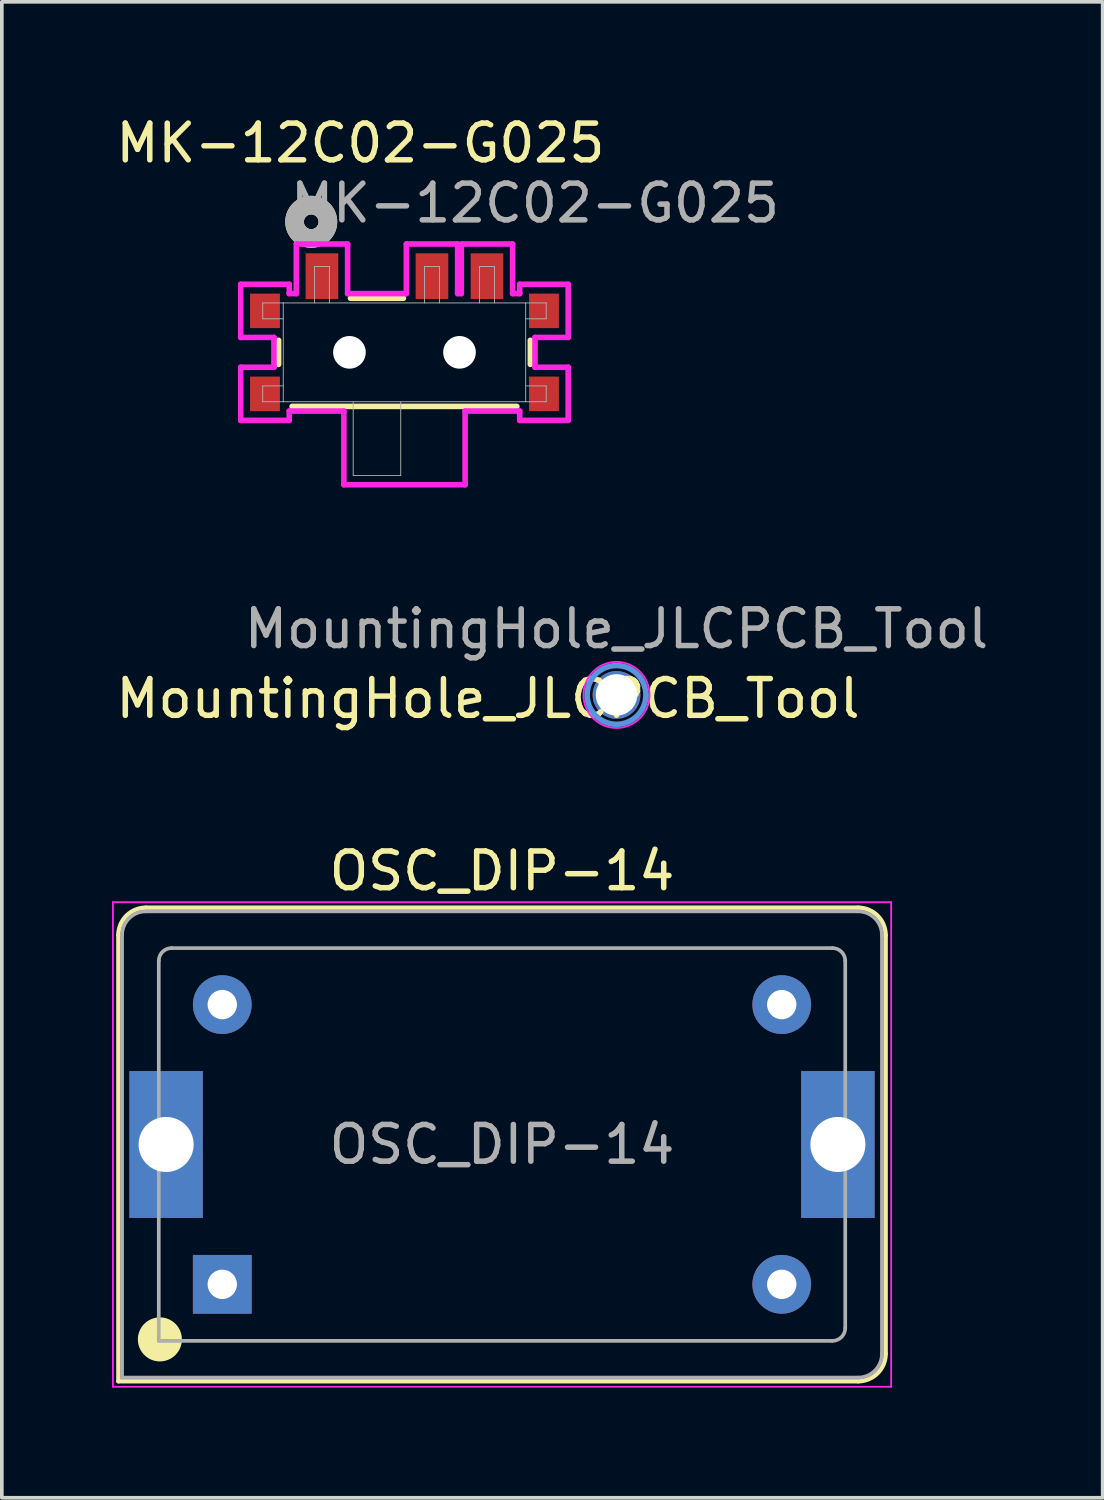
<source format=kicad_pcb>
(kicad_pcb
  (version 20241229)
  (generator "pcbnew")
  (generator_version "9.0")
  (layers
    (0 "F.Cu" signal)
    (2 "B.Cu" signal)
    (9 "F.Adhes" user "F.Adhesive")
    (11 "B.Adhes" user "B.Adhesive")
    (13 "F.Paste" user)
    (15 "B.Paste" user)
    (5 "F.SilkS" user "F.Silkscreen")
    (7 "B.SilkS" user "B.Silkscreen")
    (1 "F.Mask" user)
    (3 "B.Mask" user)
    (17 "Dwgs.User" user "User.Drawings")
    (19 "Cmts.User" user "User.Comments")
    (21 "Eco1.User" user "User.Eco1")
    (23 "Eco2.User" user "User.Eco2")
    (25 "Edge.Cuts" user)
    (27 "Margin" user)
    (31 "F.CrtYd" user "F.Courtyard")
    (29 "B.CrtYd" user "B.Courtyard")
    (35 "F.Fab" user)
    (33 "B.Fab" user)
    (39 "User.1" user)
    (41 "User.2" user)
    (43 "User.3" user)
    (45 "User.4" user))
  (footprint "OSC_DIP-14"
    (layer "F.Cu")
    (at 3.005 31.936)
    (property "Reference" "OSC_DIP-14" (at 7.62 -11.26 0) (layer "F.SilkS") (effects (font (size 1 1) (thickness 0.15))))
    (attr through_hole)
    (fp_line (start -2.83 -9.51) (end -2.83 2.64) (stroke (width 0.12) (type solid)) (layer "F.SilkS"))
    (fp_line (start -2.83 2.64) (end 17.32 2.64) (stroke (width 0.12) (type solid)) (layer "F.SilkS"))
    (fp_line (start 17.32 -10.26) (end -2.08 -10.26) (stroke (width 0.12) (type solid)) (layer "F.SilkS"))
    (fp_line (start 18.07 1.89) (end 18.07 -9.51) (stroke (width 0.12) (type solid)) (layer "F.SilkS"))
    (fp_arc (start -2.83 -9.51) (mid -2.61033 -10.04033) (end -2.08 -10.26) (stroke (width 0.12) (type solid)) (layer "F.SilkS"))
    (fp_arc (start 17.32 -10.26) (mid 17.85033 -10.04033) (end 18.07 -9.51) (stroke (width 0.12) (type solid)) (layer "F.SilkS"))
    (fp_arc (start 18.07 1.89) (mid 17.85033 2.42033) (end 17.32 2.64) (stroke (width 0.12) (type solid)) (layer "F.SilkS"))
    (fp_circle (center -1.7 1.5) (end -1.2 1.5) (stroke (width 0.2) (type solid)) (fill yes) (layer "F.SilkS"))
    (fp_line (start -2.98 -10.41) (end -2.98 2.79) (stroke (width 0.05) (type solid)) (layer "F.CrtYd"))
    (fp_line (start -2.98 2.79) (end 18.22 2.79) (stroke (width 0.05) (type solid)) (layer "F.CrtYd"))
    (fp_line (start 18.22 -10.41) (end -2.98 -10.41) (stroke (width 0.05) (type solid)) (layer "F.CrtYd"))
    (fp_line (start 18.22 2.79) (end 18.22 -10.41) (stroke (width 0.05) (type solid)) (layer "F.CrtYd"))
    (fp_line (start -2.73 2.54) (end -2.73 -9.51) (stroke (width 0.1) (type solid)) (layer "F.Fab"))
    (fp_line (start -2.73 2.54) (end 17.32 2.54) (stroke (width 0.1) (type solid)) (layer "F.Fab"))
    (fp_line (start -2.08 -10.16) (end 17.32 -10.16) (stroke (width 0.1) (type solid)) (layer "F.Fab"))
    (fp_line (start -1.73 1.54) (end -1.73 -8.81) (stroke (width 0.1) (type solid)) (layer "F.Fab"))
    (fp_line (start -1.73 1.54) (end 16.62 1.54) (stroke (width 0.1) (type solid)) (layer "F.Fab"))
    (fp_line (start -1.38 -9.16) (end 16.62 -9.16) (stroke (width 0.1) (type solid)) (layer "F.Fab"))
    (fp_line (start 16.97 1.19) (end 16.97 -8.81) (stroke (width 0.1) (type solid)) (layer "F.Fab"))
    (fp_line (start 17.97 -9.51) (end 17.97 1.89) (stroke (width 0.1) (type solid)) (layer "F.Fab"))
    (fp_arc (start -2.73 -9.51) (mid -2.539619 -9.969619) (end -2.08 -10.16) (stroke (width 0.1) (type solid)) (layer "F.Fab"))
    (fp_arc (start -1.73 -8.81) (mid -1.627487 -9.057487) (end -1.38 -9.16) (stroke (width 0.1) (type solid)) (layer "F.Fab"))
    (fp_arc (start 16.62 -9.16) (mid 16.867487 -9.057487) (end 16.97 -8.81) (stroke (width 0.1) (type solid)) (layer "F.Fab"))
    (fp_arc (start 16.97 1.19) (mid 16.867487 1.437487) (end 16.62 1.54) (stroke (width 0.1) (type solid)) (layer "F.Fab"))
    (fp_arc (start 17.32 -10.16) (mid 17.779619 -9.969619) (end 17.97 -9.51) (stroke (width 0.1) (type solid)) (layer "F.Fab"))
    (fp_arc (start 17.97 1.89) (mid 17.779619 2.349619) (end 17.32 2.54) (stroke (width 0.1) (type solid)) (layer "F.Fab"))
    (fp_text user "${REFERENCE}" (at 7.62 -3.81 0) (layer "F.Fab") (effects (font (size 1 1) (thickness 0.15))))
    (pad "" np_thru_hole rect (at -1.53 -3.81) (size 2 4) (drill 1.5) (layers "*.Cu" "*.Mask"))
    (pad "" np_thru_hole rect (at 16.77 -3.81) (size 2 4) (drill 1.5) (layers "*.Cu" "*.Mask"))
    (pad "1" thru_hole rect (at 0 0) (size 1.6 1.6) (drill 0.8) (layers "*.Cu" "*.Mask"))
    (pad "7" thru_hole circle (at 15.24 0) (size 1.6 1.6) (drill 0.8) (layers "*.Cu" "*.Mask"))
    (pad "8" thru_hole circle (at 15.24 -7.62) (size 1.6 1.6) (drill 0.8) (layers "*.Cu" "*.Mask"))
    (pad "14" thru_hole circle (at 0 -7.62) (size 1.6 1.6) (drill 0.8) (layers "*.Cu" "*.Mask")))
  (footprint "MK-12C02-G025"
    (layer "F.Cu")
    (at 7.968 6.548)
    (property "Reference" "MK-12C02-G025" (at -1.2 -5.7 0) (unlocked yes) (layer "F.SilkS") (effects (font (size 1 1) (thickness 0.15))))
    (attr smd)
    (fp_line (start -3.429 -0.328) (end -3.429 0.328) (stroke (width 0.152) (type solid)) (layer "F.SilkS"))
    (fp_line (start -3.061 1.473) (end 3.061 1.473) (stroke (width 0.152) (type solid)) (layer "F.SilkS"))
    (fp_line (start -0.028 -1.473) (end -1.471 -1.473) (stroke (width 0.152) (type solid)) (layer "F.SilkS"))
    (fp_line (start 3.429 0.328) (end 3.429 -0.328) (stroke (width 0.152) (type solid)) (layer "F.SilkS"))
    (fp_circle (center -2.54 -3.556) (end -2.34 -3.556) (stroke (width 0.508) (type solid)) (fill no) (layer "F.SilkS"))
    (fp_line (start -4.46 -1.854) (end -4.46 -0.406) (stroke (width 0.152) (type solid)) (layer "F.CrtYd"))
    (fp_line (start -4.46 -0.406) (end -3.556 -0.406) (stroke (width 0.152) (type solid)) (layer "F.CrtYd"))
    (fp_line (start -4.46 0.406) (end -4.46 1.854) (stroke (width 0.152) (type solid)) (layer "F.CrtYd"))
    (fp_line (start -4.46 1.854) (end -3.139 1.854) (stroke (width 0.152) (type solid)) (layer "F.CrtYd"))
    (fp_line (start -3.556 -0.406) (end -3.556 0.406) (stroke (width 0.152) (type solid)) (layer "F.CrtYd"))
    (fp_line (start -3.556 0.406) (end -4.46 0.406) (stroke (width 0.152) (type solid)) (layer "F.CrtYd"))
    (fp_line (start -3.139 -1.854) (end -4.46 -1.854) (stroke (width 0.152) (type solid)) (layer "F.CrtYd"))
    (fp_line (start -3.139 -1.6) (end -3.139 -1.854) (stroke (width 0.152) (type solid)) (layer "F.CrtYd"))
    (fp_line (start -3.139 1.6) (end -1.651 1.6) (stroke (width 0.152) (type solid)) (layer "F.CrtYd"))
    (fp_line (start -3.139 1.854) (end -3.139 1.6) (stroke (width 0.152) (type solid)) (layer "F.CrtYd"))
    (fp_line (start -2.946 -2.951) (end -2.946 -1.6) (stroke (width 0.152) (type solid)) (layer "F.CrtYd"))
    (fp_line (start -2.946 -1.6) (end -3.139 -1.6) (stroke (width 0.152) (type solid)) (layer "F.CrtYd"))
    (fp_line (start -1.651 1.6) (end -1.651 3.607) (stroke (width 0.152) (type solid)) (layer "F.CrtYd"))
    (fp_line (start -1.651 3.607) (end 1.651 3.607) (stroke (width 0.152) (type solid)) (layer "F.CrtYd"))
    (fp_line (start -1.549 -2.951) (end -2.946 -2.951) (stroke (width 0.152) (type solid)) (layer "F.CrtYd"))
    (fp_line (start -1.549 -1.6) (end -1.549 -2.951) (stroke (width 0.152) (type solid)) (layer "F.CrtYd"))
    (fp_line (start 0.051 -2.951) (end 0.051 -1.6) (stroke (width 0.152) (type solid)) (layer "F.CrtYd"))
    (fp_line (start 0.051 -1.6) (end -1.549 -1.6) (stroke (width 0.152) (type solid)) (layer "F.CrtYd"))
    (fp_line (start 1.448 -2.951) (end 0.051 -2.951) (stroke (width 0.152) (type solid)) (layer "F.CrtYd"))
    (fp_line (start 1.448 -1.6) (end 1.448 -2.951) (stroke (width 0.152) (type solid)) (layer "F.CrtYd"))
    (fp_line (start 1.549 -2.951) (end 1.549 -1.6) (stroke (width 0.152) (type solid)) (layer "F.CrtYd"))
    (fp_line (start 1.549 -1.6) (end 1.448 -1.6) (stroke (width 0.152) (type solid)) (layer "F.CrtYd"))
    (fp_line (start 1.651 1.6) (end 3.139 1.6) (stroke (width 0.152) (type solid)) (layer "F.CrtYd"))
    (fp_line (start 1.651 3.607) (end 1.651 1.6) (stroke (width 0.152) (type solid)) (layer "F.CrtYd"))
    (fp_line (start 2.946 -2.951) (end 1.549 -2.951) (stroke (width 0.152) (type solid)) (layer "F.CrtYd"))
    (fp_line (start 2.946 -1.6) (end 2.946 -2.951) (stroke (width 0.152) (type solid)) (layer "F.CrtYd"))
    (fp_line (start 3.139 -1.854) (end 3.139 -1.6) (stroke (width 0.152) (type solid)) (layer "F.CrtYd"))
    (fp_line (start 3.139 -1.6) (end 2.946 -1.6) (stroke (width 0.152) (type solid)) (layer "F.CrtYd"))
    (fp_line (start 3.139 1.6) (end 3.139 1.854) (stroke (width 0.152) (type solid)) (layer "F.CrtYd"))
    (fp_line (start 3.139 1.854) (end 4.46 1.854) (stroke (width 0.152) (type solid)) (layer "F.CrtYd"))
    (fp_line (start 3.556 -0.406) (end 4.46 -0.406) (stroke (width 0.152) (type solid)) (layer "F.CrtYd"))
    (fp_line (start 3.556 0.406) (end 3.556 -0.406) (stroke (width 0.152) (type solid)) (layer "F.CrtYd"))
    (fp_line (start 4.46 -1.854) (end 3.139 -1.854) (stroke (width 0.152) (type solid)) (layer "F.CrtYd"))
    (fp_line (start 4.46 -0.406) (end 4.46 -1.854) (stroke (width 0.152) (type solid)) (layer "F.CrtYd"))
    (fp_line (start 4.46 0.406) (end 3.556 0.406) (stroke (width 0.152) (type solid)) (layer "F.CrtYd"))
    (fp_line (start 4.46 1.854) (end 4.46 0.406) (stroke (width 0.152) (type solid)) (layer "F.CrtYd"))
    (fp_line (start -3.861 -1.346) (end -3.861 -0.914) (stroke (width 0.025) (type solid)) (layer "F.Fab"))
    (fp_line (start -3.861 0.914) (end -3.302 0.914) (stroke (width 0.025) (type solid)) (layer "F.Fab"))
    (fp_line (start -3.861 1.346) (end -3.861 0.914) (stroke (width 0.025) (type solid)) (layer "F.Fab"))
    (fp_line (start -3.302 -1.346) (end -3.861 -1.346) (stroke (width 0.025) (type solid)) (layer "F.Fab"))
    (fp_line (start -3.302 -1.346) (end -3.302 1.346) (stroke (width 0.025) (type solid)) (layer "F.Fab"))
    (fp_line (start -3.302 -0.914) (end -3.861 -0.914) (stroke (width 0.025) (type solid)) (layer "F.Fab"))
    (fp_line (start -3.302 1.346) (end -3.861 1.346) (stroke (width 0.025) (type solid)) (layer "F.Fab"))
    (fp_line (start -3.302 1.346) (end 3.302 1.346) (stroke (width 0.025) (type solid)) (layer "F.Fab"))
    (fp_line (start -2.451 -2.337) (end -2.045 -2.337) (stroke (width 0.025) (type solid)) (layer "F.Fab"))
    (fp_line (start -2.451 -1.346) (end -2.451 -2.337) (stroke (width 0.025) (type solid)) (layer "F.Fab"))
    (fp_line (start -2.045 -2.337) (end -2.045 -1.346) (stroke (width 0.025) (type solid)) (layer "F.Fab"))
    (fp_line (start -1.397 1.346) (end -1.397 3.353) (stroke (width 0.025) (type solid)) (layer "F.Fab"))
    (fp_line (start -1.397 3.353) (end -0.102 3.353) (stroke (width 0.025) (type solid)) (layer "F.Fab"))
    (fp_line (start -0.102 3.353) (end -0.102 1.346) (stroke (width 0.025) (type solid)) (layer "F.Fab"))
    (fp_line (start 0.546 -2.337) (end 0.953 -2.337) (stroke (width 0.025) (type solid)) (layer "F.Fab"))
    (fp_line (start 0.546 -1.346) (end 0.546 -2.337) (stroke (width 0.025) (type solid)) (layer "F.Fab"))
    (fp_line (start 0.953 -2.337) (end 0.953 -1.346) (stroke (width 0.025) (type solid)) (layer "F.Fab"))
    (fp_line (start 2.045 -2.337) (end 2.451 -2.337) (stroke (width 0.025) (type solid)) (layer "F.Fab"))
    (fp_line (start 2.045 -1.346) (end 2.045 -2.337) (stroke (width 0.025) (type solid)) (layer "F.Fab"))
    (fp_line (start 2.451 -2.337) (end 2.451 -1.346) (stroke (width 0.025) (type solid)) (layer "F.Fab"))
    (fp_line (start 3.302 -1.346) (end -3.302 -1.346) (stroke (width 0.025) (type solid)) (layer "F.Fab"))
    (fp_line (start 3.302 -0.914) (end 3.861 -0.914) (stroke (width 0.025) (type solid)) (layer "F.Fab"))
    (fp_line (start 3.302 1.346) (end 3.302 -1.346) (stroke (width 0.025) (type solid)) (layer "F.Fab"))
    (fp_line (start 3.302 1.346) (end 3.861 1.346) (stroke (width 0.025) (type solid)) (layer "F.Fab"))
    (fp_line (start 3.861 -1.346) (end 3.302 -1.346) (stroke (width 0.025) (type solid)) (layer "F.Fab"))
    (fp_line (start 3.861 -0.914) (end 3.861 -1.346) (stroke (width 0.025) (type solid)) (layer "F.Fab"))
    (fp_line (start 3.861 0.914) (end 3.302 0.914) (stroke (width 0.025) (type solid)) (layer "F.Fab"))
    (fp_line (start 3.861 1.346) (end 3.861 0.914) (stroke (width 0.025) (type solid)) (layer "F.Fab"))
    (fp_circle (center -2.54 -3.556) (end -2.34 -3.556) (stroke (width 0.508) (type solid)) (fill no) (layer "F.Fab"))
    (fp_text user "${REFERENCE}" (at 3.556 -4.064 0) (unlocked yes) (layer "F.Fab") (effects (font (size 1 1) (thickness 0.15))))
    (pad "" np_thru_hole circle (at -1.499 0) (size 0.889 0.889) (drill 0.889) (layers "*.Cu" "*.Mask"))
    (pad "" np_thru_hole circle (at 1.499 0) (size 0.889 0.889) (drill 0.889) (layers "*.Cu" "*.Mask"))
    (pad "1" smd rect (at -2.248 -2.075) (size 0.889 1.245) (layers "F.Cu" "F.Mask" "F.Paste"))
    (pad "2" smd rect (at 0.749 -2.075) (size 0.889 1.245) (layers "F.Cu" "F.Mask" "F.Paste"))
    (pad "3" smd rect (at 2.248 -2.075) (size 0.889 1.245) (layers "F.Cu" "F.Mask" "F.Paste"))
    (pad "4" smd rect (at 3.8 -1.13) (size 0.813 0.94) (layers "F.Cu" "F.Mask" "F.Paste"))
    (pad "5" smd rect (at 3.8 1.13) (size 0.813 0.94) (layers "F.Cu" "F.Mask" "F.Paste"))
    (pad "6" smd rect (at -3.8 1.13) (size 0.813 0.94) (layers "F.Cu" "F.Mask" "F.Paste"))
    (pad "7" smd rect (at -3.8 -1.13) (size 0.813 0.94) (layers "F.Cu" "F.Mask" "F.Paste")))
  (footprint "MountingHole_JLCPCB_Tool"
    (layer "F.Cu")
    (at 13.744 15.88)
    (property "Reference" "MountingHole_JLCPCB_Tool" (at -3.5 0.1 0) (layer "F.SilkS") (effects (font (size 1 1) (thickness 0.15))))
    (attr exclude_from_pos_files)
    (fp_circle (center 0 0) (end 0.8 0) (stroke (width 0.15) (type solid)) (fill no) (layer "Cmts.User"))
    (fp_circle (center 0 0) (end 0.9 0) (stroke (width 0.05) (type solid)) (fill no) (layer "F.CrtYd"))
    (fp_text user "${REFERENCE}" (at 0 -1.8 0) (layer "F.Fab") (effects (font (size 1 1) (thickness 0.15))))
    (pad "" np_thru_hole circle (at 0 0) (size 1.3 1.3) (drill 1.128) (layers "*.Cu" "*.Mask")))
  (gr_rect
    (start -3 -3)
    (end 26.988 37.751)
    (stroke (width 0.1) (type default))
    (fill no)
    (layer "Edge.Cuts")))
</source>
